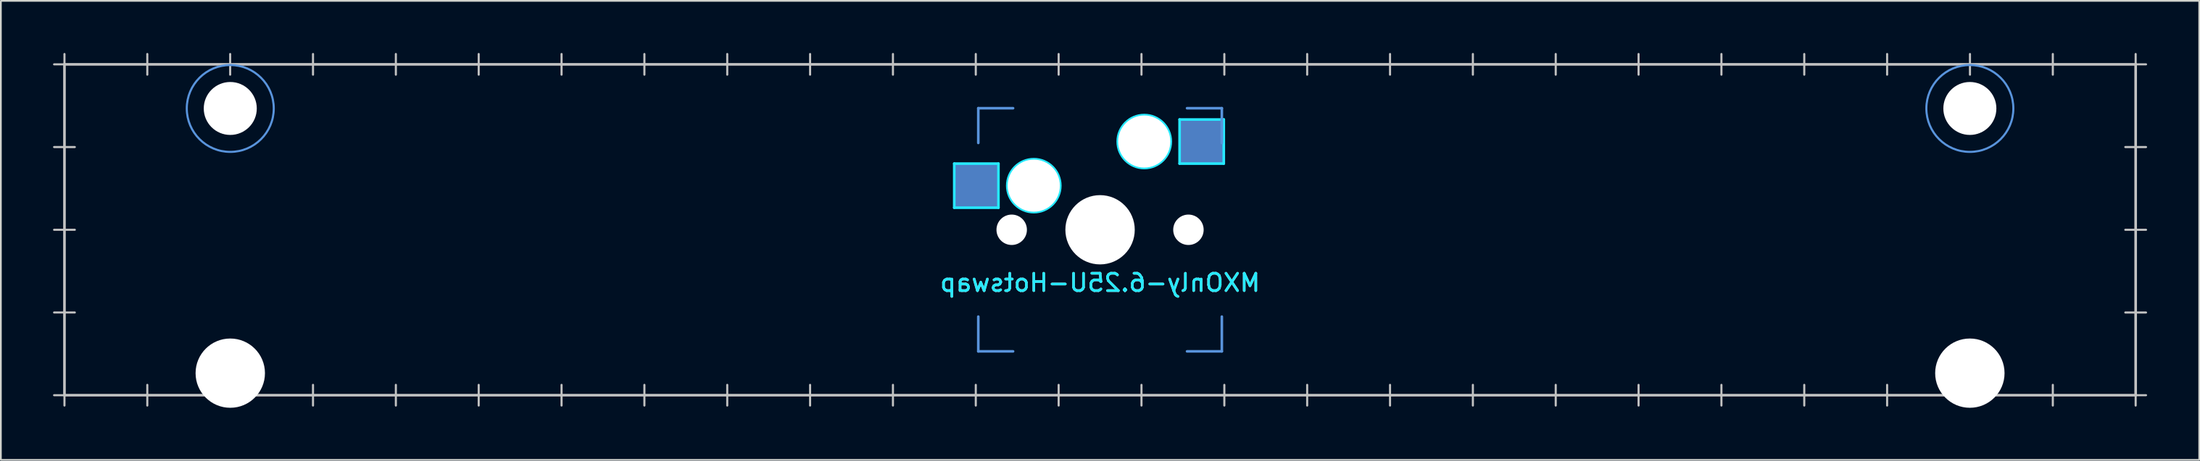
<source format=kicad_pcb>
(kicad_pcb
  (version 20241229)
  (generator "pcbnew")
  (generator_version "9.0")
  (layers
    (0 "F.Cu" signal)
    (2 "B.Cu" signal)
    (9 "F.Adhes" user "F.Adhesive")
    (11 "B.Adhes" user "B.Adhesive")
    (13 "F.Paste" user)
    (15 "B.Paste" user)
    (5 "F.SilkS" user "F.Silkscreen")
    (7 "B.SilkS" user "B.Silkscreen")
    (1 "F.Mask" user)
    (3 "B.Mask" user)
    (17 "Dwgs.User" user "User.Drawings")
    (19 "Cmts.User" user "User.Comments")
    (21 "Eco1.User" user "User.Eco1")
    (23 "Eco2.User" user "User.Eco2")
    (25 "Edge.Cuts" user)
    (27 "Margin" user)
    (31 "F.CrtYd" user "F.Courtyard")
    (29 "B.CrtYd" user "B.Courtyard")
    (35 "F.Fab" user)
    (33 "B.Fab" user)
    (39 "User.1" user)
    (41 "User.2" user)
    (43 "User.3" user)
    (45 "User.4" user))
  (footprint "MXOnly-6.25U-Hotswap"
    (layer "F.Cu")
    (at 60.187 10.18)
    (property "Reference" "MXOnly-6.25U-Hotswap" (at 0 3.048 0) (layer "B.CrtYd") (effects (font (size 1 1) (thickness 0.15)) (justify mirror)))
    (attr smd)
    (fp_line (start -60.127 -9.525) (end -59.531 -9.525) (stroke (width 0.12) (type solid)) (layer "Dwgs.User"))
    (fp_line (start -60.127 -0.000008) (end -58.936 -0.000008) (stroke (width 0.12) (type solid)) (layer "Dwgs.User"))
    (fp_line (start -60.127 4.762) (end -58.936 4.762) (stroke (width 0.12) (type solid)) (layer "Dwgs.User"))
    (fp_line (start -60.127 9.525) (end -59.531 9.525) (stroke (width 0.12) (type solid)) (layer "Dwgs.User"))
    (fp_line (start -59.531 10.12) (end -59.531 9.525) (stroke (width 0.12) (type solid)) (layer "Dwgs.User"))
    (fp_line (start -59.531 -10.12) (end -59.531 -9.525) (stroke (width 0.12) (type solid)) (layer "Dwgs.User"))
    (fp_line (start -59.531 -9.525) (end 59.531 -9.525) (stroke (width 0.15) (type solid)) (layer "Dwgs.User"))
    (fp_line (start -59.531 9.525) (end -59.531 -9.525) (stroke (width 0.15) (type solid)) (layer "Dwgs.User"))
    (fp_line (start -58.936 -4.763) (end -60.127 -4.763) (stroke (width 0.12) (type solid)) (layer "Dwgs.User"))
    (fp_line (start -54.769 8.93) (end -54.769 10.12) (stroke (width 0.12) (type solid)) (layer "Dwgs.User"))
    (fp_line (start -54.769 -10.12) (end -54.769 -8.93) (stroke (width 0.12) (type solid)) (layer "Dwgs.User"))
    (fp_line (start -50.006 8.93) (end -50.006 10.12) (stroke (width 0.12) (type solid)) (layer "Dwgs.User"))
    (fp_line (start -50.006 -10.12) (end -50.006 -8.93) (stroke (width 0.12) (type solid)) (layer "Dwgs.User"))
    (fp_line (start -45.244 10.12) (end -45.244 8.93) (stroke (width 0.12) (type solid)) (layer "Dwgs.User"))
    (fp_line (start -45.244 -8.93) (end -45.244 -10.12) (stroke (width 0.12) (type solid)) (layer "Dwgs.User"))
    (fp_line (start -40.481 8.93) (end -40.481 10.12) (stroke (width 0.12) (type solid)) (layer "Dwgs.User"))
    (fp_line (start -40.481 -10.12) (end -40.481 -8.93) (stroke (width 0.12) (type solid)) (layer "Dwgs.User"))
    (fp_line (start -35.719 10.12) (end -35.719 8.93) (stroke (width 0.12) (type solid)) (layer "Dwgs.User"))
    (fp_line (start -35.719 -8.93) (end -35.719 -10.12) (stroke (width 0.12) (type solid)) (layer "Dwgs.User"))
    (fp_line (start -30.956 8.93) (end -30.956 10.12) (stroke (width 0.12) (type solid)) (layer "Dwgs.User"))
    (fp_line (start -30.956 -10.12) (end -30.956 -8.93) (stroke (width 0.12) (type solid)) (layer "Dwgs.User"))
    (fp_line (start -26.194 10.12) (end -26.194 8.93) (stroke (width 0.12) (type solid)) (layer "Dwgs.User"))
    (fp_line (start -26.194 -8.93) (end -26.194 -10.12) (stroke (width 0.12) (type solid)) (layer "Dwgs.User"))
    (fp_line (start -21.431 8.93) (end -21.431 10.12) (stroke (width 0.12) (type solid)) (layer "Dwgs.User"))
    (fp_line (start -21.431 -10.12) (end -21.431 -8.93) (stroke (width 0.12) (type solid)) (layer "Dwgs.User"))
    (fp_line (start -16.669 10.12) (end -16.669 8.93) (stroke (width 0.12) (type solid)) (layer "Dwgs.User"))
    (fp_line (start -16.669 -8.93) (end -16.669 -10.12) (stroke (width 0.12) (type solid)) (layer "Dwgs.User"))
    (fp_line (start -11.906 8.93) (end -11.906 10.12) (stroke (width 0.12) (type solid)) (layer "Dwgs.User"))
    (fp_line (start -11.906 -10.12) (end -11.906 -8.93) (stroke (width 0.12) (type solid)) (layer "Dwgs.User"))
    (fp_line (start -7.144 10.12) (end -7.144 8.93) (stroke (width 0.12) (type solid)) (layer "Dwgs.User"))
    (fp_line (start -7.144 -8.93) (end -7.144 -10.12) (stroke (width 0.12) (type solid)) (layer "Dwgs.User"))
    (fp_line (start -2.381 -8.93) (end -2.381 -10.12) (stroke (width 0.12) (type solid)) (layer "Dwgs.User"))
    (fp_line (start -2.381 10.12) (end -2.381 8.93) (stroke (width 0.12) (type solid)) (layer "Dwgs.User"))
    (fp_line (start 2.381 -10.12) (end 2.381 -8.93) (stroke (width 0.12) (type solid)) (layer "Dwgs.User"))
    (fp_line (start 2.381 8.93) (end 2.381 10.12) (stroke (width 0.12) (type solid)) (layer "Dwgs.User"))
    (fp_line (start 7.144 -8.93) (end 7.144 -10.12) (stroke (width 0.12) (type solid)) (layer "Dwgs.User"))
    (fp_line (start 7.144 10.12) (end 7.144 8.93) (stroke (width 0.12) (type solid)) (layer "Dwgs.User"))
    (fp_line (start 11.906 -10.12) (end 11.906 -8.93) (stroke (width 0.12) (type solid)) (layer "Dwgs.User"))
    (fp_line (start 11.906 8.93) (end 11.906 10.12) (stroke (width 0.12) (type solid)) (layer "Dwgs.User"))
    (fp_line (start 16.669 -8.93) (end 16.669 -10.12) (stroke (width 0.12) (type solid)) (layer "Dwgs.User"))
    (fp_line (start 16.669 10.12) (end 16.669 8.93) (stroke (width 0.12) (type solid)) (layer "Dwgs.User"))
    (fp_line (start 21.431 -10.12) (end 21.431 -8.93) (stroke (width 0.12) (type solid)) (layer "Dwgs.User"))
    (fp_line (start 21.431 8.93) (end 21.431 10.12) (stroke (width 0.12) (type solid)) (layer "Dwgs.User"))
    (fp_line (start 26.194 -8.93) (end 26.194 -10.12) (stroke (width 0.12) (type solid)) (layer "Dwgs.User"))
    (fp_line (start 26.194 10.12) (end 26.194 8.93) (stroke (width 0.12) (type solid)) (layer "Dwgs.User"))
    (fp_line (start 30.956 -10.12) (end 30.956 -8.93) (stroke (width 0.12) (type solid)) (layer "Dwgs.User"))
    (fp_line (start 30.956 8.93) (end 30.956 10.12) (stroke (width 0.12) (type solid)) (layer "Dwgs.User"))
    (fp_line (start 35.719 -8.93) (end 35.719 -10.12) (stroke (width 0.12) (type solid)) (layer "Dwgs.User"))
    (fp_line (start 35.719 10.12) (end 35.719 8.93) (stroke (width 0.12) (type solid)) (layer "Dwgs.User"))
    (fp_line (start 40.481 -10.12) (end 40.481 -8.93) (stroke (width 0.12) (type solid)) (layer "Dwgs.User"))
    (fp_line (start 40.481 8.93) (end 40.481 10.12) (stroke (width 0.12) (type solid)) (layer "Dwgs.User"))
    (fp_line (start 45.244 -8.93) (end 45.244 -10.12) (stroke (width 0.12) (type solid)) (layer "Dwgs.User"))
    (fp_line (start 45.244 10.12) (end 45.244 8.93) (stroke (width 0.12) (type solid)) (layer "Dwgs.User"))
    (fp_line (start 50.006 -10.12) (end 50.006 -8.93) (stroke (width 0.12) (type solid)) (layer "Dwgs.User"))
    (fp_line (start 50.006 8.93) (end 50.006 10.12) (stroke (width 0.12) (type solid)) (layer "Dwgs.User"))
    (fp_line (start 54.769 -8.93) (end 54.769 -10.12) (stroke (width 0.12) (type solid)) (layer "Dwgs.User"))
    (fp_line (start 54.769 10.12) (end 54.769 8.93) (stroke (width 0.12) (type solid)) (layer "Dwgs.User"))
    (fp_line (start 58.936 4.763) (end 60.127 4.763) (stroke (width 0.12) (type solid)) (layer "Dwgs.User"))
    (fp_line (start 59.531 -9.525) (end 59.531 9.525) (stroke (width 0.15) (type solid)) (layer "Dwgs.User"))
    (fp_line (start 59.531 9.525) (end -59.531 9.525) (stroke (width 0.15) (type solid)) (layer "Dwgs.User"))
    (fp_line (start 59.531 10.12) (end 59.531 9.525) (stroke (width 0.12) (type solid)) (layer "Dwgs.User"))
    (fp_line (start 59.531 -10.12) (end 59.531 -9.525) (stroke (width 0.12) (type solid)) (layer "Dwgs.User"))
    (fp_line (start 60.127 -9.525) (end 59.531 -9.525) (stroke (width 0.12) (type solid)) (layer "Dwgs.User"))
    (fp_line (start 60.127 -4.763) (end 58.936 -4.763) (stroke (width 0.12) (type solid)) (layer "Dwgs.User"))
    (fp_line (start 60.127 0) (end 58.936 0) (stroke (width 0.12) (type solid)) (layer "Dwgs.User"))
    (fp_line (start 60.127 9.525) (end 59.531 9.525) (stroke (width 0.12) (type solid)) (layer "Dwgs.User"))
    (fp_line (start -7 -7) (end -7 -5) (stroke (width 0.15) (type solid)) (layer "Cmts.User"))
    (fp_line (start -7 7) (end -7 5) (stroke (width 0.15) (type solid)) (layer "Cmts.User"))
    (fp_line (start -5 -7) (end -7 -7) (stroke (width 0.15) (type solid)) (layer "Cmts.User"))
    (fp_line (start -5 7) (end -7 7) (stroke (width 0.15) (type solid)) (layer "Cmts.User"))
    (fp_line (start 5 -7) (end 7 -7) (stroke (width 0.15) (type solid)) (layer "Cmts.User"))
    (fp_line (start 7 -7) (end 7 -5) (stroke (width 0.15) (type solid)) (layer "Cmts.User"))
    (fp_line (start 7 5) (end 7 7) (stroke (width 0.15) (type solid)) (layer "Cmts.User"))
    (fp_line (start 7 7) (end 5 7) (stroke (width 0.15) (type solid)) (layer "Cmts.User"))
    (fp_circle (center -50 -6.985) (end -47.5 -6.985) (stroke (width 0.12) (type solid)) (fill no) (layer "Cmts.User"))
    (fp_circle (center 50 -6.985) (end 52.5 -6.985) (stroke (width 0.12) (type solid)) (fill no) (layer "Cmts.User"))
    (fp_line (start -8.382 -3.81) (end -5.842 -3.81) (stroke (width 0.15) (type solid)) (layer "B.CrtYd"))
    (fp_line (start -8.382 -1.27) (end -8.382 -3.81) (stroke (width 0.15) (type solid)) (layer "B.CrtYd"))
    (fp_line (start -5.842 -3.81) (end -5.842 -1.27) (stroke (width 0.15) (type solid)) (layer "B.CrtYd"))
    (fp_line (start -5.842 -1.27) (end -8.382 -1.27) (stroke (width 0.15) (type solid)) (layer "B.CrtYd"))
    (fp_line (start 4.572 -6.35) (end 7.112 -6.35) (stroke (width 0.15) (type solid)) (layer "B.CrtYd"))
    (fp_line (start 4.572 -3.81) (end 4.572 -6.35) (stroke (width 0.15) (type solid)) (layer "B.CrtYd"))
    (fp_line (start 7.112 -6.35) (end 7.112 -3.81) (stroke (width 0.15) (type solid)) (layer "B.CrtYd"))
    (fp_line (start 7.112 -3.81) (end 4.572 -3.81) (stroke (width 0.15) (type solid)) (layer "B.CrtYd"))
    (fp_circle (center -3.81 -2.54) (end -3.81 -4.064) (stroke (width 0.15) (type solid)) (fill no) (layer "B.CrtYd"))
    (fp_circle (center 2.54 -5.08) (end 2.54 -6.604) (stroke (width 0.15) (type solid)) (fill no) (layer "B.CrtYd"))
    (fp_text user "${REFERENCE}" (at 0 3.048 0) (layer "B.SilkS") (effects (font (size 1 1) (thickness 0.15)) (justify mirror)))
    (pad "" np_thru_hole circle (at -50 -6.985) (size 3.048 3.048) (drill 3.048) (layers "*.Cu" "*.Mask"))
    (pad "" np_thru_hole circle (at -50 8.255) (size 3.988 3.988) (drill 3.988) (layers "*.Cu" "*.Mask"))
    (pad "" np_thru_hole circle (at -5.08 0 48.1) (size 1.75 1.75) (drill 1.75) (layers "*.Cu" "*.Mask"))
    (pad "" np_thru_hole circle (at -3.81 -2.54) (size 3 3) (drill 3) (layers "*.Cu" "*.Mask"))
    (pad "" np_thru_hole circle (at 0 0) (size 3.988 3.988) (drill 3.988) (layers "*.Cu" "*.Mask"))
    (pad "" np_thru_hole circle (at 2.54 -5.08) (size 3 3) (drill 3) (layers "*.Cu" "*.Mask"))
    (pad "" np_thru_hole circle (at 5.08 0 48.1) (size 1.75 1.75) (drill 1.75) (layers "*.Cu" "*.Mask"))
    (pad "" np_thru_hole circle (at 50 -6.985) (size 3.048 3.048) (drill 3.048) (layers "*.Cu" "*.Mask"))
    (pad "" np_thru_hole circle (at 50 8.255) (size 3.988 3.988) (drill 3.988) (layers "*.Cu" "*.Mask"))
    (pad "1" smd rect (at -7.085 -2.54) (size 2.55 2.5) (layers "B.Cu" "B.Mask" "B.Paste"))
    (pad "2" smd rect (at 5.842 -5.08) (size 2.55 2.5) (layers "B.Cu" "B.Mask" "B.Paste")))
  (gr_rect
    (start -3 -3)
    (end 123.373 23.429)
    (stroke (width 0.1) (type default))
    (fill no)
    (layer "Edge.Cuts")))
</source>
